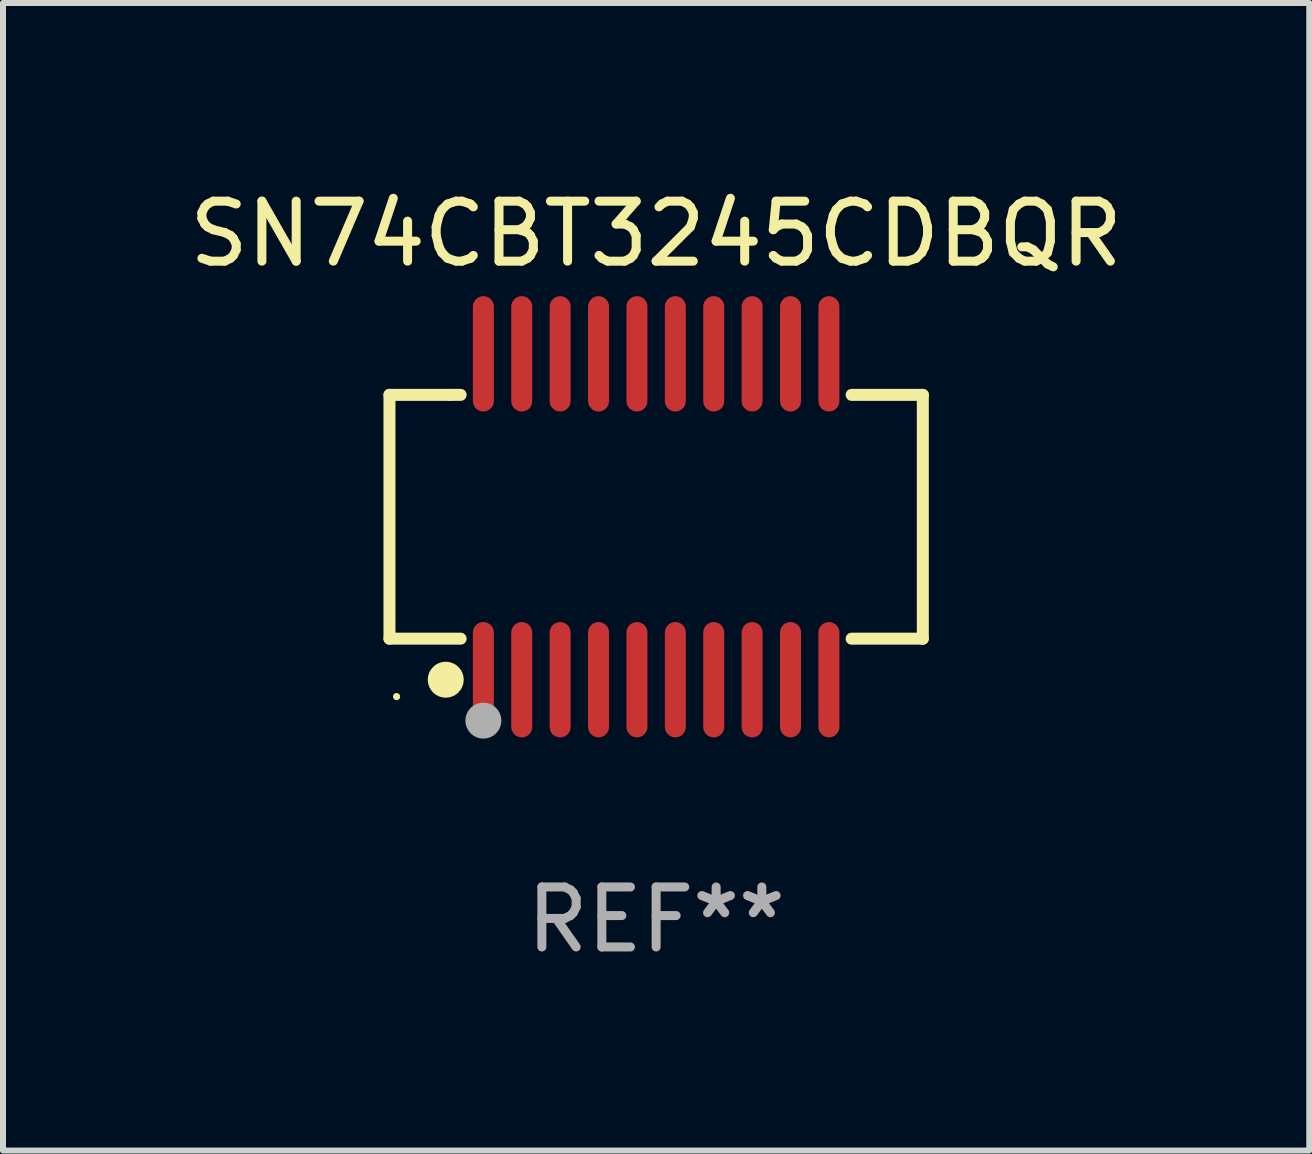
<source format=kicad_pcb>
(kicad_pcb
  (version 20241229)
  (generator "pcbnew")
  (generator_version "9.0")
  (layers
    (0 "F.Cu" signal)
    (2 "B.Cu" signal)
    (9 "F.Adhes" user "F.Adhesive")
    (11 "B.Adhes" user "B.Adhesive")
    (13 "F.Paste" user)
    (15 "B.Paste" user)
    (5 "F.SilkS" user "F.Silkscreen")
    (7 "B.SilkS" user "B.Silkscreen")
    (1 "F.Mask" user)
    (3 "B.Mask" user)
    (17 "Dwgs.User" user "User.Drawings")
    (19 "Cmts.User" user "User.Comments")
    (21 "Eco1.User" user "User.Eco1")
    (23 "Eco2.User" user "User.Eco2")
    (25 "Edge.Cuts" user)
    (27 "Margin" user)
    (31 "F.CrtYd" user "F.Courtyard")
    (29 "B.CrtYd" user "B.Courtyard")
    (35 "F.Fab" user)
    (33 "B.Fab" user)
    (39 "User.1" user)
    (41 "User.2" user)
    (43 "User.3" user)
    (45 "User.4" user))
  (footprint "SN74CBT3245CDBQR"
    (layer "F.Cu")
    (at 7.887 5.564)
    (property "Reference" "SN74CBT3245CDBQR" (at 0 -4.716 0) (layer "F.SilkS") (effects (font (size 1 1) (thickness 0.15))))
    (attr through_hole)
    (fp_line (start -4.445 -2.032) (end -4.445 2.032) (stroke (width 0.2) (type solid)) (layer "F.SilkS"))
    (fp_line (start -4.445 2.032) (end -3.259 2.032) (stroke (width 0.2) (type solid)) (layer "F.SilkS"))
    (fp_line (start -3.429 -2.032) (end -4.445 -2.032) (stroke (width 0.2) (type solid)) (layer "F.SilkS"))
    (fp_line (start -3.259 -2.032) (end -3.429 -2.032) (stroke (width 0.2) (type solid)) (layer "F.SilkS"))
    (fp_line (start 3.259 2.032) (end 4.445 2.032) (stroke (width 0.2) (type solid)) (layer "F.SilkS"))
    (fp_line (start 4.445 -2.032) (end 3.259 -2.032) (stroke (width 0.2) (type solid)) (layer "F.SilkS"))
    (fp_line (start 4.445 2.032) (end 4.445 -2.032) (stroke (width 0.2) (type solid)) (layer "F.SilkS"))
    (fp_circle (center -4.327 2.997) (end -4.297 2.997) (stroke (width 0.06) (type solid)) (fill no) (layer "F.SilkS"))
    (fp_circle (center -3.507 2.716) (end -3.357 2.716) (stroke (width 0.3) (type solid)) (fill no) (layer "F.SilkS"))
    (fp_circle (center -2.88 3.398) (end -2.73 3.398) (stroke (width 0.3) (type solid)) (fill no) (layer "F.Fab"))
    (fp_text user "REF**" (at 0 6.716 0) (layer "F.Fab") (effects (font (size 1 1) (thickness 0.15))))
    (pad "1" smd oval (at -2.88 2.716) (size 0.35 1.922) (layers "F.Cu" "F.Mask" "F.Paste"))
    (pad "2" smd oval (at -2.24 2.716) (size 0.35 1.922) (layers "F.Cu" "F.Mask" "F.Paste"))
    (pad "3" smd oval (at -1.6 2.716) (size 0.35 1.922) (layers "F.Cu" "F.Mask" "F.Paste"))
    (pad "4" smd oval (at -0.96 2.716) (size 0.35 1.922) (layers "F.Cu" "F.Mask" "F.Paste"))
    (pad "5" smd oval (at -0.32 2.716) (size 0.35 1.922) (layers "F.Cu" "F.Mask" "F.Paste"))
    (pad "6" smd oval (at 0.32 2.716) (size 0.35 1.922) (layers "F.Cu" "F.Mask" "F.Paste"))
    (pad "7" smd oval (at 0.96 2.716) (size 0.35 1.922) (layers "F.Cu" "F.Mask" "F.Paste"))
    (pad "8" smd oval (at 1.6 2.716) (size 0.35 1.922) (layers "F.Cu" "F.Mask" "F.Paste"))
    (pad "9" smd oval (at 2.24 2.716) (size 0.35 1.922) (layers "F.Cu" "F.Mask" "F.Paste"))
    (pad "10" smd oval (at 2.88 2.716) (size 0.35 1.922) (layers "F.Cu" "F.Mask" "F.Paste"))
    (pad "11" smd oval (at 2.88 -2.716) (size 0.35 1.922) (layers "F.Cu" "F.Mask" "F.Paste"))
    (pad "12" smd oval (at 2.24 -2.716) (size 0.35 1.922) (layers "F.Cu" "F.Mask" "F.Paste"))
    (pad "13" smd oval (at 1.6 -2.716) (size 0.35 1.922) (layers "F.Cu" "F.Mask" "F.Paste"))
    (pad "14" smd oval (at 0.96 -2.716) (size 0.35 1.922) (layers "F.Cu" "F.Mask" "F.Paste"))
    (pad "15" smd oval (at 0.32 -2.716) (size 0.35 1.922) (layers "F.Cu" "F.Mask" "F.Paste"))
    (pad "16" smd oval (at -0.32 -2.716) (size 0.35 1.922) (layers "F.Cu" "F.Mask" "F.Paste"))
    (pad "17" smd oval (at -0.96 -2.716) (size 0.35 1.922) (layers "F.Cu" "F.Mask" "F.Paste"))
    (pad "18" smd oval (at -1.6 -2.716) (size 0.35 1.922) (layers "F.Cu" "F.Mask" "F.Paste"))
    (pad "19" smd oval (at -2.24 -2.716) (size 0.35 1.922) (layers "F.Cu" "F.Mask" "F.Paste"))
    (pad "20" smd oval (at -2.88 -2.716) (size 0.35 1.922) (layers "F.Cu" "F.Mask" "F.Paste")))
  (gr_rect
    (start -3 -3)
    (end 18.774 16.128)
    (stroke (width 0.1) (type default))
    (fill no)
    (layer "Edge.Cuts")))
</source>
